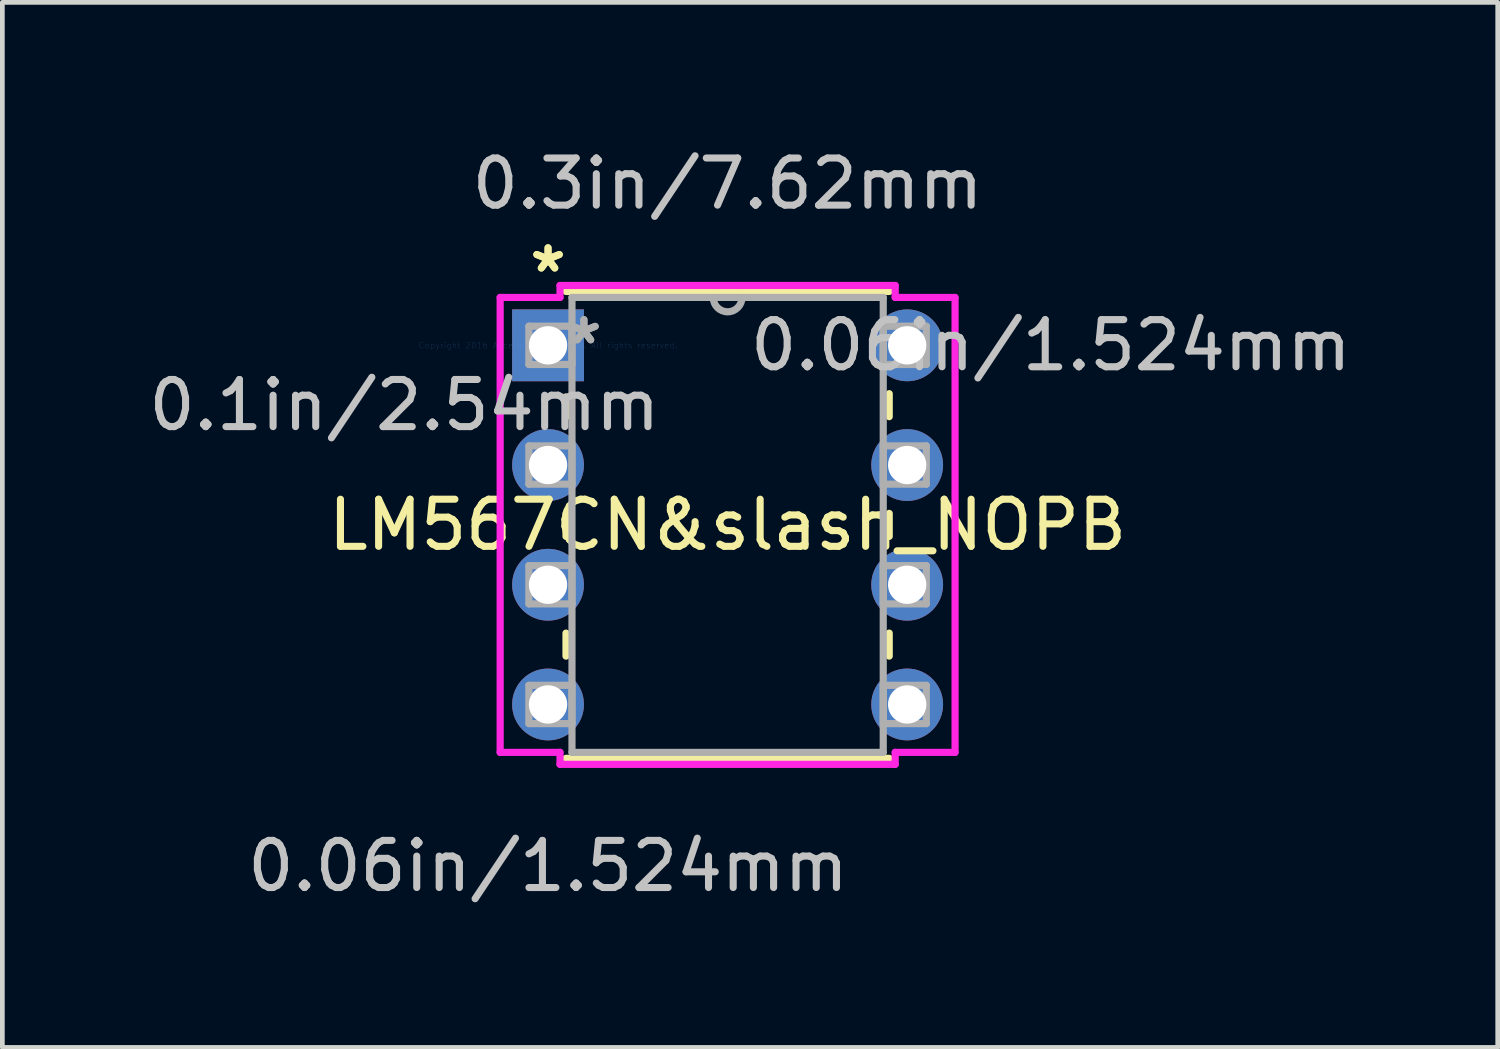
<source format=kicad_pcb>
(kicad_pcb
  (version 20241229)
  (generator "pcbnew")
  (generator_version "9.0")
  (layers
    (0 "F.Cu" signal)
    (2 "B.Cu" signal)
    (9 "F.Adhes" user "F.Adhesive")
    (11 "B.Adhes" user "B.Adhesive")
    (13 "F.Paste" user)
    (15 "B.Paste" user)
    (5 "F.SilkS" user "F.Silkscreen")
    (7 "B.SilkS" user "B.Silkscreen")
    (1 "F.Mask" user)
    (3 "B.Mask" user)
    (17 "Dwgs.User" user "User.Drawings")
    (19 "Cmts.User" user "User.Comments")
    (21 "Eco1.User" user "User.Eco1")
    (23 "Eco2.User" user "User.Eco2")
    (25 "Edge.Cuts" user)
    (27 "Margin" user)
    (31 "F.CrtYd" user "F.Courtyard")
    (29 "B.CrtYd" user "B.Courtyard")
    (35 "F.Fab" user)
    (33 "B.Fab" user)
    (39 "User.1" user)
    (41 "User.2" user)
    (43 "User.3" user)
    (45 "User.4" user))
  (footprint "LM567CN&slash_NOPB"
    (layer "F.Cu")
    (at 8.578 4.277)
    (property "Reference" "LM567CN&slash_NOPB" (at 3.81 3.81 0) (layer "F.SilkS") (effects (font (size 1 1) (thickness 0.15))))
    (attr through_hole)
    (fp_line (start 0.381 1.095) (end 0.381 1.514) (stroke (width 0.152) (type solid)) (layer "F.SilkS"))
    (fp_line (start 0.381 3.566) (end 0.381 4.054) (stroke (width 0.152) (type solid)) (layer "F.SilkS"))
    (fp_line (start 0.381 6.106) (end 0.381 6.594) (stroke (width 0.152) (type solid)) (layer "F.SilkS"))
    (fp_line (start 0.381 8.763) (end 7.239 8.763) (stroke (width 0.152) (type solid)) (layer "F.SilkS"))
    (fp_line (start 7.239 -1.143) (end 0.381 -1.143) (stroke (width 0.152) (type solid)) (layer "F.SilkS"))
    (fp_line (start 7.239 1.514) (end 7.239 1.026) (stroke (width 0.152) (type solid)) (layer "F.SilkS"))
    (fp_line (start 7.239 4.054) (end 7.239 3.566) (stroke (width 0.152) (type solid)) (layer "F.SilkS"))
    (fp_line (start 7.239 6.594) (end 7.239 6.106) (stroke (width 0.152) (type solid)) (layer "F.SilkS"))
    (fp_line (start -1.016 -1.016) (end -1.016 8.636) (stroke (width 0.152) (type solid)) (layer "F.CrtYd"))
    (fp_line (start -1.016 8.636) (end 0.254 8.636) (stroke (width 0.152) (type solid)) (layer "F.CrtYd"))
    (fp_line (start 0.254 -1.27) (end 0.254 -1.016) (stroke (width 0.152) (type solid)) (layer "F.CrtYd"))
    (fp_line (start 0.254 -1.016) (end -1.016 -1.016) (stroke (width 0.152) (type solid)) (layer "F.CrtYd"))
    (fp_line (start 0.254 8.636) (end 0.254 8.89) (stroke (width 0.152) (type solid)) (layer "F.CrtYd"))
    (fp_line (start 0.254 8.89) (end 7.366 8.89) (stroke (width 0.152) (type solid)) (layer "F.CrtYd"))
    (fp_line (start 7.366 -1.27) (end 0.254 -1.27) (stroke (width 0.152) (type solid)) (layer "F.CrtYd"))
    (fp_line (start 7.366 -1.016) (end 7.366 -1.27) (stroke (width 0.152) (type solid)) (layer "F.CrtYd"))
    (fp_line (start 7.366 8.636) (end 8.636 8.636) (stroke (width 0.152) (type solid)) (layer "F.CrtYd"))
    (fp_line (start 7.366 8.89) (end 7.366 8.636) (stroke (width 0.152) (type solid)) (layer "F.CrtYd"))
    (fp_line (start 8.636 -1.016) (end 7.366 -1.016) (stroke (width 0.152) (type solid)) (layer "F.CrtYd"))
    (fp_line (start 8.636 8.636) (end 8.636 -1.016) (stroke (width 0.152) (type solid)) (layer "F.CrtYd"))
    (fp_line (start -0.406 -0.406) (end -0.406 0.406) (stroke (width 0.152) (type solid)) (layer "F.Fab"))
    (fp_line (start -0.406 0.406) (end 0.508 0.406) (stroke (width 0.152) (type solid)) (layer "F.Fab"))
    (fp_line (start -0.406 2.134) (end -0.406 2.946) (stroke (width 0.152) (type solid)) (layer "F.Fab"))
    (fp_line (start -0.406 2.946) (end 0.508 2.946) (stroke (width 0.152) (type solid)) (layer "F.Fab"))
    (fp_line (start -0.406 4.674) (end -0.406 5.486) (stroke (width 0.152) (type solid)) (layer "F.Fab"))
    (fp_line (start -0.406 5.486) (end 0.508 5.486) (stroke (width 0.152) (type solid)) (layer "F.Fab"))
    (fp_line (start -0.406 7.214) (end -0.406 8.026) (stroke (width 0.152) (type solid)) (layer "F.Fab"))
    (fp_line (start -0.406 8.026) (end 0.508 8.026) (stroke (width 0.152) (type solid)) (layer "F.Fab"))
    (fp_line (start 0.508 -1.016) (end 0.508 8.636) (stroke (width 0.152) (type solid)) (layer "F.Fab"))
    (fp_line (start 0.508 -0.406) (end -0.406 -0.406) (stroke (width 0.152) (type solid)) (layer "F.Fab"))
    (fp_line (start 0.508 0.406) (end 0.508 -0.406) (stroke (width 0.152) (type solid)) (layer "F.Fab"))
    (fp_line (start 0.508 2.134) (end -0.406 2.134) (stroke (width 0.152) (type solid)) (layer "F.Fab"))
    (fp_line (start 0.508 2.946) (end 0.508 2.134) (stroke (width 0.152) (type solid)) (layer "F.Fab"))
    (fp_line (start 0.508 4.674) (end -0.406 4.674) (stroke (width 0.152) (type solid)) (layer "F.Fab"))
    (fp_line (start 0.508 5.486) (end 0.508 4.674) (stroke (width 0.152) (type solid)) (layer "F.Fab"))
    (fp_line (start 0.508 7.214) (end -0.406 7.214) (stroke (width 0.152) (type solid)) (layer "F.Fab"))
    (fp_line (start 0.508 8.026) (end 0.508 7.214) (stroke (width 0.152) (type solid)) (layer "F.Fab"))
    (fp_line (start 0.508 8.636) (end 7.112 8.636) (stroke (width 0.152) (type solid)) (layer "F.Fab"))
    (fp_line (start 7.112 -1.016) (end 0.508 -1.016) (stroke (width 0.152) (type solid)) (layer "F.Fab"))
    (fp_line (start 7.112 -0.406) (end 7.112 0.406) (stroke (width 0.152) (type solid)) (layer "F.Fab"))
    (fp_line (start 7.112 0.406) (end 8.026 0.406) (stroke (width 0.152) (type solid)) (layer "F.Fab"))
    (fp_line (start 7.112 2.134) (end 7.112 2.946) (stroke (width 0.152) (type solid)) (layer "F.Fab"))
    (fp_line (start 7.112 2.946) (end 8.026 2.946) (stroke (width 0.152) (type solid)) (layer "F.Fab"))
    (fp_line (start 7.112 4.674) (end 7.112 5.486) (stroke (width 0.152) (type solid)) (layer "F.Fab"))
    (fp_line (start 7.112 5.486) (end 8.026 5.486) (stroke (width 0.152) (type solid)) (layer "F.Fab"))
    (fp_line (start 7.112 7.214) (end 7.112 8.026) (stroke (width 0.152) (type solid)) (layer "F.Fab"))
    (fp_line (start 7.112 8.026) (end 8.026 8.026) (stroke (width 0.152) (type solid)) (layer "F.Fab"))
    (fp_line (start 7.112 8.636) (end 7.112 -1.016) (stroke (width 0.152) (type solid)) (layer "F.Fab"))
    (fp_line (start 8.026 -0.406) (end 7.112 -0.406) (stroke (width 0.152) (type solid)) (layer "F.Fab"))
    (fp_line (start 8.026 0.406) (end 8.026 -0.406) (stroke (width 0.152) (type solid)) (layer "F.Fab"))
    (fp_line (start 8.026 2.134) (end 7.112 2.134) (stroke (width 0.152) (type solid)) (layer "F.Fab"))
    (fp_line (start 8.026 2.946) (end 8.026 2.134) (stroke (width 0.152) (type solid)) (layer "F.Fab"))
    (fp_line (start 8.026 4.674) (end 7.112 4.674) (stroke (width 0.152) (type solid)) (layer "F.Fab"))
    (fp_line (start 8.026 5.486) (end 8.026 4.674) (stroke (width 0.152) (type solid)) (layer "F.Fab"))
    (fp_line (start 8.026 7.214) (end 7.112 7.214) (stroke (width 0.152) (type solid)) (layer "F.Fab"))
    (fp_line (start 8.026 8.026) (end 8.026 7.214) (stroke (width 0.152) (type solid)) (layer "F.Fab"))
    (fp_arc (start 4.1148 -1.016) (mid 3.81 -0.7112) (end 3.5052 -1.016) (stroke (width 0.1524) (type solid)) (layer "F.Fab"))
    (fp_text user "*" (at 0 -1.524 0) (layer "F.SilkS") (effects (font (size 1 1) (thickness 0.15))))
    (fp_text user "*" (at 0 -1.524 0) (layer "F.SilkS") (effects (font (size 1 1) (thickness 0.15))))
    (fp_text user "0.1in/2.54mm" (at -3.048 1.27 0) (layer "Dwgs.User") (effects (font (size 1 1) (thickness 0.15))))
    (fp_text user "0.06in/1.524mm" (at 0 11.049 0) (layer "Dwgs.User") (effects (font (size 1 1) (thickness 0.15))))
    (fp_text user "0.3in/7.62mm" (at 3.81 -3.429 0) (layer "Dwgs.User") (effects (font (size 1 1) (thickness 0.15))))
    (fp_text user "0.06in/1.524mm" (at 10.668 0 0) (layer "Dwgs.User") (effects (font (size 1 1) (thickness 0.15))))
    (fp_text user "Copyright 2016 Accelerated Designs. All rights reserved." (at 0 0 0) (layer "Cmts.User") (effects (font (size 0.127 0.127) (thickness 0.002))))
    (fp_text user "*" (at 0.762 0 0) (layer "F.Fab") (effects (font (size 1 1) (thickness 0.15))))
    (fp_text user "*" (at 0.762 0 0) (layer "F.Fab") (effects (font (size 1 1) (thickness 0.15))))
    (pad "1" thru_hole rect (at 0 0) (size 1.524 1.524) (drill 0.813) (layers "*.Cu" "*.Mask"))
    (pad "2" thru_hole circle (at 0 2.54) (size 1.524 1.524) (drill 0.813) (layers "*.Cu" "*.Mask"))
    (pad "3" thru_hole circle (at 0 5.08) (size 1.524 1.524) (drill 0.813) (layers "*.Cu" "*.Mask"))
    (pad "4" thru_hole circle (at 0 7.62) (size 1.524 1.524) (drill 0.813) (layers "*.Cu" "*.Mask"))
    (pad "5" thru_hole circle (at 7.62 7.62) (size 1.524 1.524) (drill 0.813) (layers "*.Cu" "*.Mask"))
    (pad "6" thru_hole circle (at 7.62 5.08) (size 1.524 1.524) (drill 0.813) (layers "*.Cu" "*.Mask"))
    (pad "7" thru_hole circle (at 7.62 2.54) (size 1.524 1.524) (drill 0.813) (layers "*.Cu" "*.Mask"))
    (pad "8" thru_hole circle (at 7.62 0) (size 1.524 1.524) (drill 0.813) (layers "*.Cu" "*.Mask")))
  (gr_rect
    (start -3 -3)
    (end 28.728 19.174)
    (stroke (width 0.1) (type default))
    (fill no)
    (layer "Edge.Cuts")))
</source>
